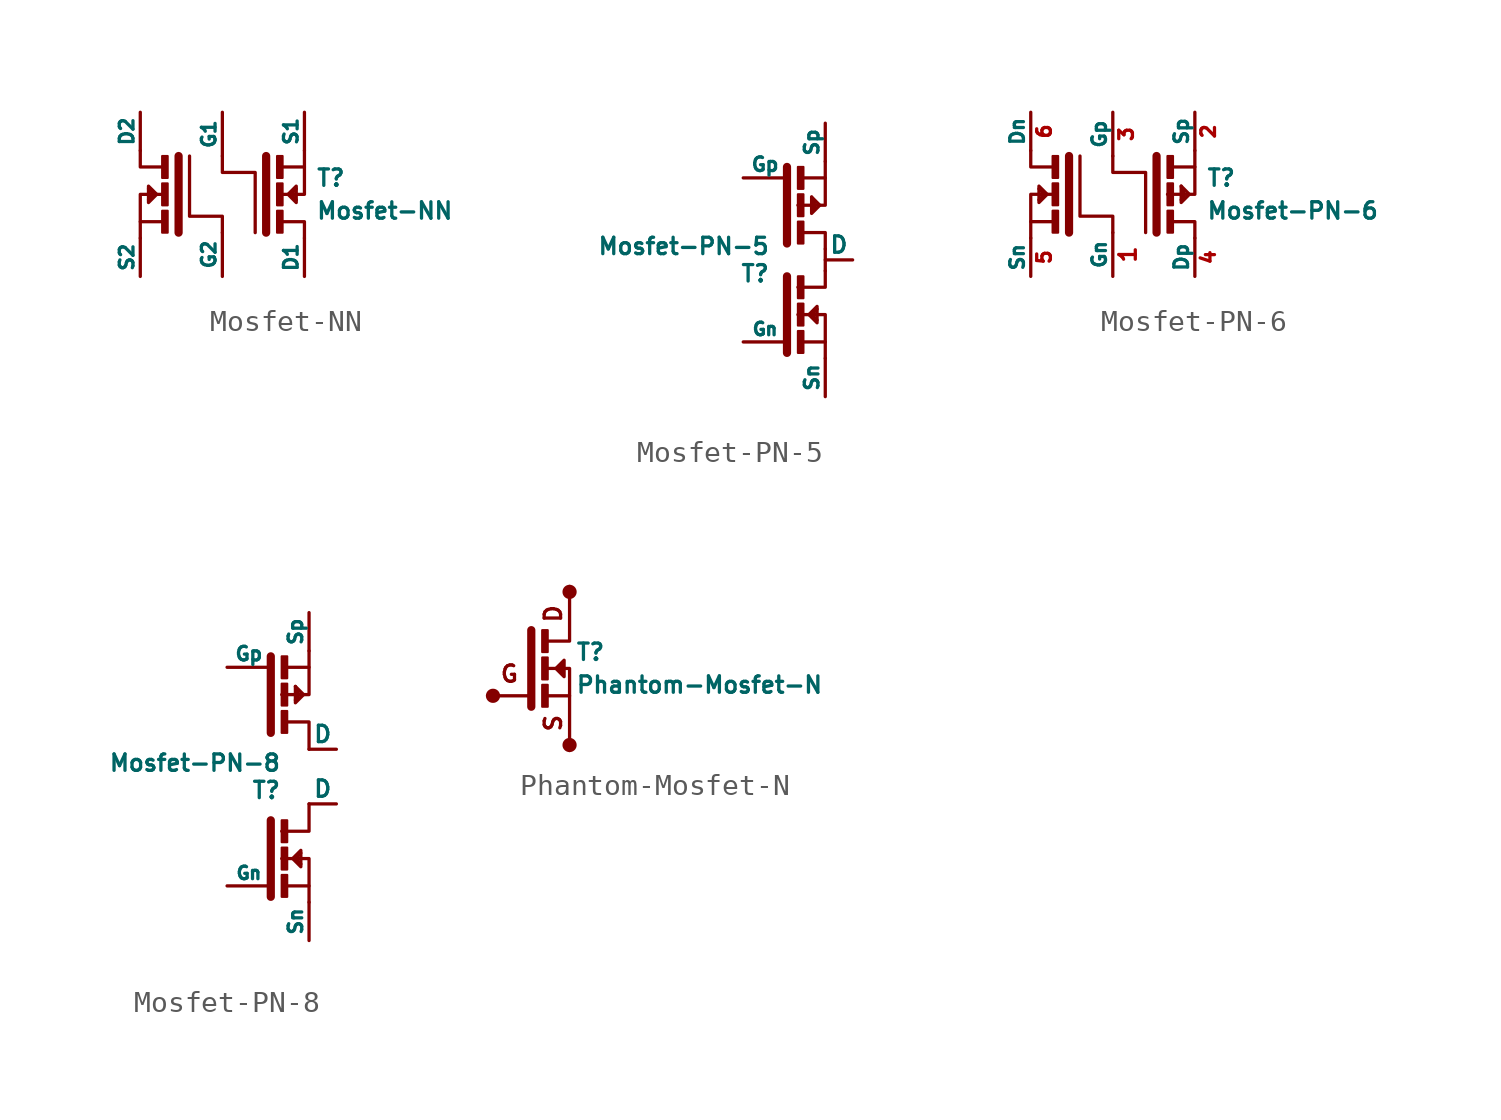
<source format=kicad_sym>
(kicad_symbol_lib
  (version 20231120)
  (generator "kicad_symbol_editor")
  (generator_version "8.0")
  (symbol "Mosfet-NN"
    (pin_numbers hide)
    (pin_names
      (offset 0))
    (property "Reference" "T"
      (at 4.318 0.762 0)
      (effects (font (size 0.762 0.762)) (justify left)))
    (property "Value" "Mosfet-NN"
      (at 4.318 -0.762 0)
      (effects (font (size 0.762 0.762)) (justify left)))
    (symbol "Mosfet-NN_0_1"
      (polyline (pts (xy -3.175 0) (xy -3.429 0)) (stroke (width 0) (type solid)) (fill (type none)))
      (polyline (pts (xy -2.794 -1.27) (xy -3.81 -1.27)) (stroke (width 0) (type solid)) (fill (type none)))
      (polyline (pts (xy -2.032 1.778) (xy -2.032 -1.778)) (stroke (width 0.381) (type solid)) (fill (type none)))
      (polyline (pts (xy 2.032 -1.778) (xy 2.032 1.778)) (stroke (width 0.381) (type solid)) (fill (type none)))
      (polyline (pts (xy 2.794 1.27) (xy 3.81 1.27)) (stroke (width 0) (type solid)) (fill (type none)))
      (polyline (pts (xy 3.175 0) (xy 3.429 0)) (stroke (width 0) (type solid)) (fill (type none)))
      (polyline (pts (xy -3.429 0.254) (xy -3.175 0) (xy -3.429 -0.254)) (stroke (width 0) (type solid)) (fill (type none)))
      (polyline (pts (xy -2.794 0) (xy -3.81 0) (xy -3.81 -2.032)) (stroke (width 0) (type solid)) (fill (type none)))
      (polyline (pts (xy -2.794 1.27) (xy -3.81 1.27) (xy -3.81 2.032)) (stroke (width 0) (type solid)) (fill (type none)))
      (polyline (pts (xy 2.794 -1.27) (xy 3.81 -1.27) (xy 3.81 -2.032)) (stroke (width 0) (type solid)) (fill (type none)))
      (polyline (pts (xy 2.794 0) (xy 3.81 0) (xy 3.81 2.032)) (stroke (width 0) (type solid)) (fill (type none)))
      (polyline (pts (xy 3.429 -0.254) (xy 3.175 0) (xy 3.429 0.254)) (stroke (width 0) (type solid)) (fill (type none)))
      (polyline (pts (xy -3.048 0) (xy -3.429 0.381) (xy -3.429 -0.381) (xy -3.048 0)) (stroke (width 0) (type solid)) (fill (type none)))
      (polyline (pts (xy 0 -1.778) (xy 0 -1.016) (xy -1.524 -1.016) (xy -1.524 1.778)) (stroke (width 0) (type solid)) (fill (type none)))
      (polyline (pts (xy 0 1.778) (xy 0 1.016) (xy 1.524 1.016) (xy 1.524 -1.778)) (stroke (width 0) (type solid)) (fill (type none)))
      (polyline (pts (xy 3.048 0) (xy 3.429 -0.381) (xy 3.429 0.381) (xy 3.048 0)) (stroke (width 0) (type solid)) (fill (type none)))
      (polyline (pts (xy -2.54 -0.762) (xy -2.54 -1.778) (xy -2.794 -1.778) (xy -2.794 -0.762) (xy -2.54 -0.762)) (stroke (width 0.102) (type solid)) (fill (type outline)))
      (polyline (pts (xy -2.54 0.508) (xy -2.54 -0.508) (xy -2.794 -0.508) (xy -2.794 0.508) (xy -2.54 0.508)) (stroke (width 0.102) (type solid)) (fill (type outline)))
      (polyline (pts (xy -2.54 1.778) (xy -2.54 0.762) (xy -2.794 0.762) (xy -2.794 1.778) (xy -2.54 1.778)) (stroke (width 0.102) (type solid)) (fill (type outline)))
      (polyline (pts (xy 2.54 -1.778) (xy 2.54 -0.762) (xy 2.794 -0.762) (xy 2.794 -1.778) (xy 2.54 -1.778)) (stroke (width 0.102) (type solid)) (fill (type outline)))
      (polyline (pts (xy 2.54 -0.508) (xy 2.54 0.508) (xy 2.794 0.508) (xy 2.794 -0.508) (xy 2.54 -0.508)) (stroke (width 0.102) (type solid)) (fill (type outline)))
      (polyline (pts (xy 2.54 0.762) (xy 2.54 1.778) (xy 2.794 1.778) (xy 2.794 0.762) (xy 2.54 0.762)) (stroke (width 0.102) (type solid)) (fill (type outline))))
    (symbol "Mosfet-NN_1_1"
      (pin passive line (at -3.81 -3.81 90) (length 1.778) (name "S2" (effects (font (size 0.635 0.635)))) (number "1" (effects (font (size 0.635 0.635)))))
      (pin passive line (at 0 -3.81 90) (length 2.032) (name "G2" (effects (font (size 0.635 0.635)))) (number "2" (effects (font (size 0.762 0.762)))))
      (pin passive line (at 3.81 -3.81 90) (length 1.778) (name "D1" (effects (font (size 0.635 0.635)))) (number "3" (effects (font (size 0.635 0.635)))))
      (pin passive line (at 3.81 3.81 270) (length 1.778) (name "S1" (effects (font (size 0.635 0.635)))) (number "4" (effects (font (size 0.635 0.635)))))
      (pin passive line (at 0 3.81 270) (length 2.032) (name "G1" (effects (font (size 0.635 0.635)))) (number "5" (effects (font (size 0.762 0.762)))))
      (pin passive line (at -3.81 3.81 270) (length 1.778) (name "D2" (effects (font (size 0.635 0.635)))) (number "6" (effects (font (size 0.635 0.635)))))))
  (symbol "Mosfet-PN-5"
    (pin_numbers hide)
    (pin_names
      (offset 0))
    (property "Reference" "T"
      (at -1.27 -0.635 0)
      (effects (font (size 0.762 0.762)) (justify right)))
    (property "Value" "Mosfet-PN-5"
      (at -1.27 0.635 0)
      (effects (font (size 0.762 0.762)) (justify right)))
    (symbol "Mosfet-PN-5_0_1"
      (polyline (pts (xy -0.508 -0.762) (xy -0.508 -4.318)) (stroke (width 0.381) (type solid)) (fill (type none)))
      (polyline (pts (xy -0.508 4.318) (xy -0.508 0.762)) (stroke (width 0.381) (type solid)) (fill (type none)))
      (polyline (pts (xy 0.254 3.81) (xy 1.27 3.81)) (stroke (width 0) (type solid)) (fill (type none)))
      (polyline (pts (xy 0.635 -2.54) (xy 0.889 -2.54)) (stroke (width 0) (type solid)) (fill (type none)))
      (polyline (pts (xy 0.762 2.667) (xy 0.762 2.413)) (stroke (width 0) (type solid)) (fill (type none)))
      (polyline (pts (xy 1.27 0.508) (xy 1.27 -0.508)) (stroke (width 0) (type solid)) (fill (type none)))
      (polyline (pts (xy 0 -2.54) (xy 1.27 -2.54) (xy 1.27 -3.81)) (stroke (width 0) (type solid)) (fill (type none)))
      (polyline (pts (xy 0 -1.27) (xy 1.27 -1.27) (xy 1.27 -0.508)) (stroke (width 0) (type solid)) (fill (type none)))
      (polyline (pts (xy 0.254 -3.81) (xy 1.27 -3.81) (xy 1.27 -4.572)) (stroke (width 0) (type solid)) (fill (type none)))
      (polyline (pts (xy 0.254 1.27) (xy 1.27 1.27) (xy 1.27 0.508)) (stroke (width 0) (type solid)) (fill (type none)))
      (polyline (pts (xy 0.635 2.286) (xy 0.762 2.413) (xy 0.635 2.921)) (stroke (width 0) (type solid)) (fill (type none)))
      (polyline (pts (xy 0.889 -2.286) (xy 0.635 -2.54) (xy 0.889 -2.794)) (stroke (width 0) (type solid)) (fill (type none)))
      (polyline (pts (xy 1.27 4.572) (xy 1.27 2.54) (xy 0 2.54)) (stroke (width 0) (type solid)) (fill (type none)))
      (polyline (pts (xy 0.508 -2.54) (xy 0.889 -2.159) (xy 0.889 -2.921) (xy 0.508 -2.54)) (stroke (width 0) (type solid)) (fill (type none)))
      (polyline (pts (xy 1.016 2.54) (xy 0.635 2.921) (xy 0.635 2.159) (xy 1.016 2.54)) (stroke (width 0) (type solid)) (fill (type none)))
      (polyline (pts (xy 0 -3.302) (xy 0 -4.318) (xy 0.254 -4.318) (xy 0.254 -3.302) (xy 0 -3.302)) (stroke (width 0.102) (type solid)) (fill (type outline)))
      (polyline (pts (xy 0 -2.032) (xy 0 -3.048) (xy 0.254 -3.048) (xy 0.254 -2.032) (xy 0 -2.032)) (stroke (width 0.102) (type solid)) (fill (type outline)))
      (polyline (pts (xy 0 -0.762) (xy 0 -1.778) (xy 0.254 -1.778) (xy 0.254 -0.762) (xy 0 -0.762)) (stroke (width 0.102) (type solid)) (fill (type outline)))
      (polyline (pts (xy 0 1.778) (xy 0 0.762) (xy 0.254 0.762) (xy 0.254 1.778) (xy 0 1.778)) (stroke (width 0.102) (type solid)) (fill (type outline)))
      (polyline (pts (xy 0 3.048) (xy 0 2.032) (xy 0.254 2.032) (xy 0.254 3.048) (xy 0 3.048)) (stroke (width 0.102) (type solid)) (fill (type outline)))
      (polyline (pts (xy 0 4.318) (xy 0 3.302) (xy 0.254 3.302) (xy 0.254 4.318) (xy 0 4.318)) (stroke (width 0.102) (type solid)) (fill (type outline))))
    (symbol "Mosfet-PN-5_1_1"
      (pin passive line (at 1.27 -6.35 90) (length 1.778) (name "Sn" (effects (font (size 0.635 0.635)))) (number "1" (effects (font (size 0.635 0.635)))))
      (pin passive line (at -2.54 -3.81 0) (length 2.032) (name "Gn" (effects (font (size 0.584 0.584)))) (number "2" (effects (font (size 0.762 0.762)))))
      (pin passive line (at 2.54 0 180) (length 1.27) (name "D" (effects (font (size 0.762 0.762)))) (number "3" (effects (font (size 0.762 0.762)))))
      (pin passive line (at 1.27 6.35 270) (length 1.778) (name "Sp" (effects (font (size 0.635 0.635)))) (number "4" (effects (font (size 0.635 0.635)))))
      (pin passive line (at -2.54 3.81 0) (length 2.032) (name "Gp" (effects (font (size 0.635 0.635)))) (number "5" (effects (font (size 0.635 0.635)))))))
  (symbol "Mosfet-PN-6"
    (pin_names
      (offset 0))
    (property "Reference" "T"
      (at 4.318 0.762 0)
      (effects (font (size 0.762 0.762)) (justify left)))
    (property "Value" "Mosfet-PN-6"
      (at 4.318 -0.762 0)
      (effects (font (size 0.762 0.762)) (justify left)))
    (symbol "Mosfet-PN-6_0_1"
      (polyline (pts (xy -3.175 0) (xy -3.429 0)) (stroke (width 0) (type solid)) (fill (type none)))
      (polyline (pts (xy -2.794 -1.27) (xy -3.81 -1.27)) (stroke (width 0) (type solid)) (fill (type none)))
      (polyline (pts (xy -2.032 1.778) (xy -2.032 -1.778)) (stroke (width 0.381) (type solid)) (fill (type none)))
      (polyline (pts (xy 2.032 1.778) (xy 2.032 -1.778)) (stroke (width 0.381) (type solid)) (fill (type none)))
      (polyline (pts (xy 2.794 1.27) (xy 3.81 1.27)) (stroke (width 0) (type solid)) (fill (type none)))
      (polyline (pts (xy 3.302 0.127) (xy 3.302 -0.127)) (stroke (width 0) (type solid)) (fill (type none)))
      (polyline (pts (xy -3.429 0.254) (xy -3.175 0) (xy -3.429 -0.254)) (stroke (width 0) (type solid)) (fill (type none)))
      (polyline (pts (xy -2.794 0) (xy -3.81 0) (xy -3.81 -2.032)) (stroke (width 0) (type solid)) (fill (type none)))
      (polyline (pts (xy -2.794 1.27) (xy -3.81 1.27) (xy -3.81 2.032)) (stroke (width 0) (type solid)) (fill (type none)))
      (polyline (pts (xy 2.794 -1.27) (xy 3.81 -1.27) (xy 3.81 -2.032)) (stroke (width 0) (type solid)) (fill (type none)))
      (polyline (pts (xy 3.175 -0.254) (xy 3.302 -0.127) (xy 3.175 0.381)) (stroke (width 0) (type solid)) (fill (type none)))
      (polyline (pts (xy 3.81 2.032) (xy 3.81 0) (xy 2.54 0)) (stroke (width 0) (type solid)) (fill (type none)))
      (polyline (pts (xy -3.048 0) (xy -3.429 0.381) (xy -3.429 -0.381) (xy -3.048 0)) (stroke (width 0) (type solid)) (fill (type none)))
      (polyline (pts (xy 0 -1.778) (xy 0 -1.016) (xy -1.524 -1.016) (xy -1.524 1.778)) (stroke (width 0) (type solid)) (fill (type none)))
      (polyline (pts (xy 1.524 -1.778) (xy 1.524 1.016) (xy 0 1.016) (xy 0 1.778)) (stroke (width 0) (type solid)) (fill (type none)))
      (polyline (pts (xy 3.556 0) (xy 3.175 0.381) (xy 3.175 -0.381) (xy 3.556 0)) (stroke (width 0) (type solid)) (fill (type none)))
      (polyline (pts (xy -2.54 -0.762) (xy -2.54 -1.778) (xy -2.794 -1.778) (xy -2.794 -0.762) (xy -2.54 -0.762)) (stroke (width 0.102) (type solid)) (fill (type outline)))
      (polyline (pts (xy -2.54 0.508) (xy -2.54 -0.508) (xy -2.794 -0.508) (xy -2.794 0.508) (xy -2.54 0.508)) (stroke (width 0.102) (type solid)) (fill (type outline)))
      (polyline (pts (xy -2.54 1.778) (xy -2.54 0.762) (xy -2.794 0.762) (xy -2.794 1.778) (xy -2.54 1.778)) (stroke (width 0.102) (type solid)) (fill (type outline)))
      (polyline (pts (xy 2.54 -0.762) (xy 2.54 -1.778) (xy 2.794 -1.778) (xy 2.794 -0.762) (xy 2.54 -0.762)) (stroke (width 0.102) (type solid)) (fill (type outline)))
      (polyline (pts (xy 2.54 0.508) (xy 2.54 -0.508) (xy 2.794 -0.508) (xy 2.794 0.508) (xy 2.54 0.508)) (stroke (width 0.102) (type solid)) (fill (type outline)))
      (polyline (pts (xy 2.54 1.778) (xy 2.54 0.762) (xy 2.794 0.762) (xy 2.794 1.778) (xy 2.54 1.778)) (stroke (width 0.102) (type solid)) (fill (type outline))))
    (symbol "Mosfet-PN-6_1_1"
      (pin passive line (at 0 -3.81 90) (length 2.032) (name "Gn" (effects (font (size 0.635 0.635)))) (number "1" (effects (font (size 0.762 0.762)))))
      (pin passive line (at 3.81 3.81 270) (length 1.778) (name "Sp" (effects (font (size 0.635 0.635)))) (number "2" (effects (font (size 0.635 0.635)))))
      (pin passive line (at 0 3.81 270) (length 2.032) (name "Gp" (effects (font (size 0.635 0.635)))) (number "3" (effects (font (size 0.635 0.635)))))
      (pin passive line (at 3.81 -3.81 90) (length 1.778) (name "Dp" (effects (font (size 0.635 0.635)))) (number "4" (effects (font (size 0.635 0.635)))))
      (pin passive line (at -3.81 -3.81 90) (length 1.778) (name "Sn" (effects (font (size 0.635 0.635)))) (number "5" (effects (font (size 0.635 0.635)))))
      (pin passive line (at -3.81 3.81 270) (length 1.778) (name "Dn" (effects (font (size 0.635 0.635)))) (number "6" (effects (font (size 0.635 0.635)))))))
  (symbol "Mosfet-PN-8"
    (pin_numbers hide)
    (pin_names
      (offset 0))
    (property "Reference" "T"
      (at 0 -0.635 0)
      (effects (font (size 0.762 0.762)) (justify right)))
    (property "Value" "Mosfet-PN-8"
      (at 0 0.635 0)
      (effects (font (size 0.762 0.762)) (justify right)))
    (symbol "Mosfet-PN-8_0_1"
      (polyline (pts (xy -0.508 -2.032) (xy -0.508 -5.588)) (stroke (width 0.381) (type solid)) (fill (type none)))
      (polyline (pts (xy -0.508 5.588) (xy -0.508 2.032)) (stroke (width 0.381) (type solid)) (fill (type none)))
      (polyline (pts (xy 0.254 5.08) (xy 1.27 5.08)) (stroke (width 0) (type solid)) (fill (type none)))
      (polyline (pts (xy 0.635 -3.81) (xy 0.889 -3.81)) (stroke (width 0) (type solid)) (fill (type none)))
      (polyline (pts (xy 0.762 3.937) (xy 0.762 3.683)) (stroke (width 0) (type solid)) (fill (type none)))
      (polyline (pts (xy 0 -3.81) (xy 1.27 -3.81) (xy 1.27 -5.08)) (stroke (width 0) (type solid)) (fill (type none)))
      (polyline (pts (xy 0 -2.54) (xy 1.27 -2.54) (xy 1.27 -1.27)) (stroke (width 0) (type solid)) (fill (type none)))
      (polyline (pts (xy 0.254 -5.08) (xy 1.27 -5.08) (xy 1.27 -5.842)) (stroke (width 0) (type solid)) (fill (type none)))
      (polyline (pts (xy 0.254 2.54) (xy 1.27 2.54) (xy 1.27 1.27)) (stroke (width 0) (type solid)) (fill (type none)))
      (polyline (pts (xy 0.635 3.556) (xy 0.762 3.683) (xy 0.635 4.191)) (stroke (width 0) (type solid)) (fill (type none)))
      (polyline (pts (xy 0.889 -3.556) (xy 0.635 -3.81) (xy 0.889 -4.064)) (stroke (width 0) (type solid)) (fill (type none)))
      (polyline (pts (xy 1.27 5.842) (xy 1.27 3.81) (xy 0 3.81)) (stroke (width 0) (type solid)) (fill (type none)))
      (polyline (pts (xy 0.508 -3.81) (xy 0.889 -3.429) (xy 0.889 -4.191) (xy 0.508 -3.81)) (stroke (width 0) (type solid)) (fill (type none)))
      (polyline (pts (xy 1.016 3.81) (xy 0.635 4.191) (xy 0.635 3.429) (xy 1.016 3.81)) (stroke (width 0) (type solid)) (fill (type none)))
      (polyline (pts (xy 0 -4.572) (xy 0 -5.588) (xy 0.254 -5.588) (xy 0.254 -4.572) (xy 0 -4.572)) (stroke (width 0.102) (type solid)) (fill (type outline)))
      (polyline (pts (xy 0 -3.302) (xy 0 -4.318) (xy 0.254 -4.318) (xy 0.254 -3.302) (xy 0 -3.302)) (stroke (width 0.102) (type solid)) (fill (type outline)))
      (polyline (pts (xy 0 -2.032) (xy 0 -3.048) (xy 0.254 -3.048) (xy 0.254 -2.032) (xy 0 -2.032)) (stroke (width 0.102) (type solid)) (fill (type outline)))
      (polyline (pts (xy 0 3.048) (xy 0 2.032) (xy 0.254 2.032) (xy 0.254 3.048) (xy 0 3.048)) (stroke (width 0.102) (type solid)) (fill (type outline)))
      (polyline (pts (xy 0 4.318) (xy 0 3.302) (xy 0.254 3.302) (xy 0.254 4.318) (xy 0 4.318)) (stroke (width 0.102) (type solid)) (fill (type outline)))
      (polyline (pts (xy 0 5.588) (xy 0 4.572) (xy 0.254 4.572) (xy 0.254 5.588) (xy 0 5.588)) (stroke (width 0.102) (type solid)) (fill (type outline))))
    (symbol "Mosfet-PN-8_1_1"
      (pin passive line (at 1.27 -7.62 90) (length 1.778) (name "Sn" (effects (font (size 0.635 0.635)))) (number "1" (effects (font (size 0.635 0.635)))))
      (pin passive line (at -2.54 -5.08 0) (length 2.032) (name "Gn" (effects (font (size 0.584 0.584)))) (number "2" (effects (font (size 0.762 0.762)))))
      (pin passive line (at 1.27 7.62 270) (length 1.778) (name "Sp" (effects (font (size 0.635 0.635)))) (number "3" (effects (font (size 0.635 0.635)))))
      (pin passive line (at -2.54 5.08 0) (length 2.032) (name "Gp" (effects (font (size 0.635 0.635)))) (number "4" (effects (font (size 0.635 0.635)))))
      (pin passive line (at 2.54 1.27 180) (length 1.27) (name "D" (effects (font (size 0.762 0.762)))) (number "5" (effects (font (size 0.762 0.762)))))
      (pin passive line (at 2.54 -1.27 180) (length 1.27) (name "D" (effects (font (size 0.762 0.762)))) (number "6" (effects (font (size 0.762 0.762)))))))
  (symbol "Phantom-Mosfet-N"
    (pin_numbers hide)
    (pin_names
      (offset 0))
    (property "Reference" "T"
      (at 1.524 0.762 0)
      (effects (font (size 0.762 0.762)) (justify left)))
    (property "Value" "Phantom-Mosfet-N"
      (at 1.524 -0.762 0)
      (effects (font (size 0.762 0.762)) (justify left)))
    (symbol "Phantom-Mosfet-N_0_0"
      (circle (center -2.286 -1.27) (radius 0.254) (stroke (width 0) (type solid)) (fill (type outline)))
      (polyline (pts (xy -0.508 -1.27) (xy -2.54 -1.27)) (stroke (width 0) (type solid)) (fill (type outline)))
      (circle (center 1.27 -3.556) (radius 0.254) (stroke (width 0) (type solid)) (fill (type outline)))
      (circle (center 1.27 3.556) (radius 0.254) (stroke (width 0) (type solid)) (fill (type outline)))
      (text "D" (at 0.508 2.54 900) (effects (font (size 0.762 0.762))))
      (text "G" (at -1.524 -0.254 0) (effects (font (size 0.762 0.762))))
      (text "S" (at 0.508 -2.54 900) (effects (font (size 0.762 0.762)))))
    (symbol "Phantom-Mosfet-N_0_1"
      (polyline (pts (xy -0.508 1.778) (xy -0.508 -1.778)) (stroke (width 0.381) (type solid)) (fill (type none)))
      (polyline (pts (xy 0.127 0) (xy 1.27 0) (xy 1.27 -1.27)) (stroke (width 0) (type solid)) (fill (type none)))
      (polyline (pts (xy 0.254 -1.27) (xy 1.27 -1.27) (xy 1.27 -3.81)) (stroke (width 0) (type solid)) (fill (type none)))
      (polyline (pts (xy 0.254 1.27) (xy 1.27 1.27) (xy 1.27 3.81)) (stroke (width 0) (type solid)) (fill (type none)))
      (polyline (pts (xy 0.635 0) (xy 1.016 0.381) (xy 1.016 -0.381) (xy 0.635 0)) (stroke (width 0) (type solid)) (fill (type outline)))
      (polyline (pts (xy 0 -0.762) (xy 0 -1.778) (xy 0.254 -1.778) (xy 0.254 -0.762) (xy 0 -0.762)) (stroke (width 0.102) (type solid)) (fill (type outline)))
      (polyline (pts (xy 0 0.508) (xy 0 -0.508) (xy 0.254 -0.508) (xy 0.254 0.508) (xy 0 0.508)) (stroke (width 0.102) (type solid)) (fill (type outline)))
      (polyline (pts (xy 0 1.778) (xy 0 0.762) (xy 0.254 0.762) (xy 0.254 1.778) (xy 0 1.778)) (stroke (width 0.102) (type solid)) (fill (type outline))))))
</source>
